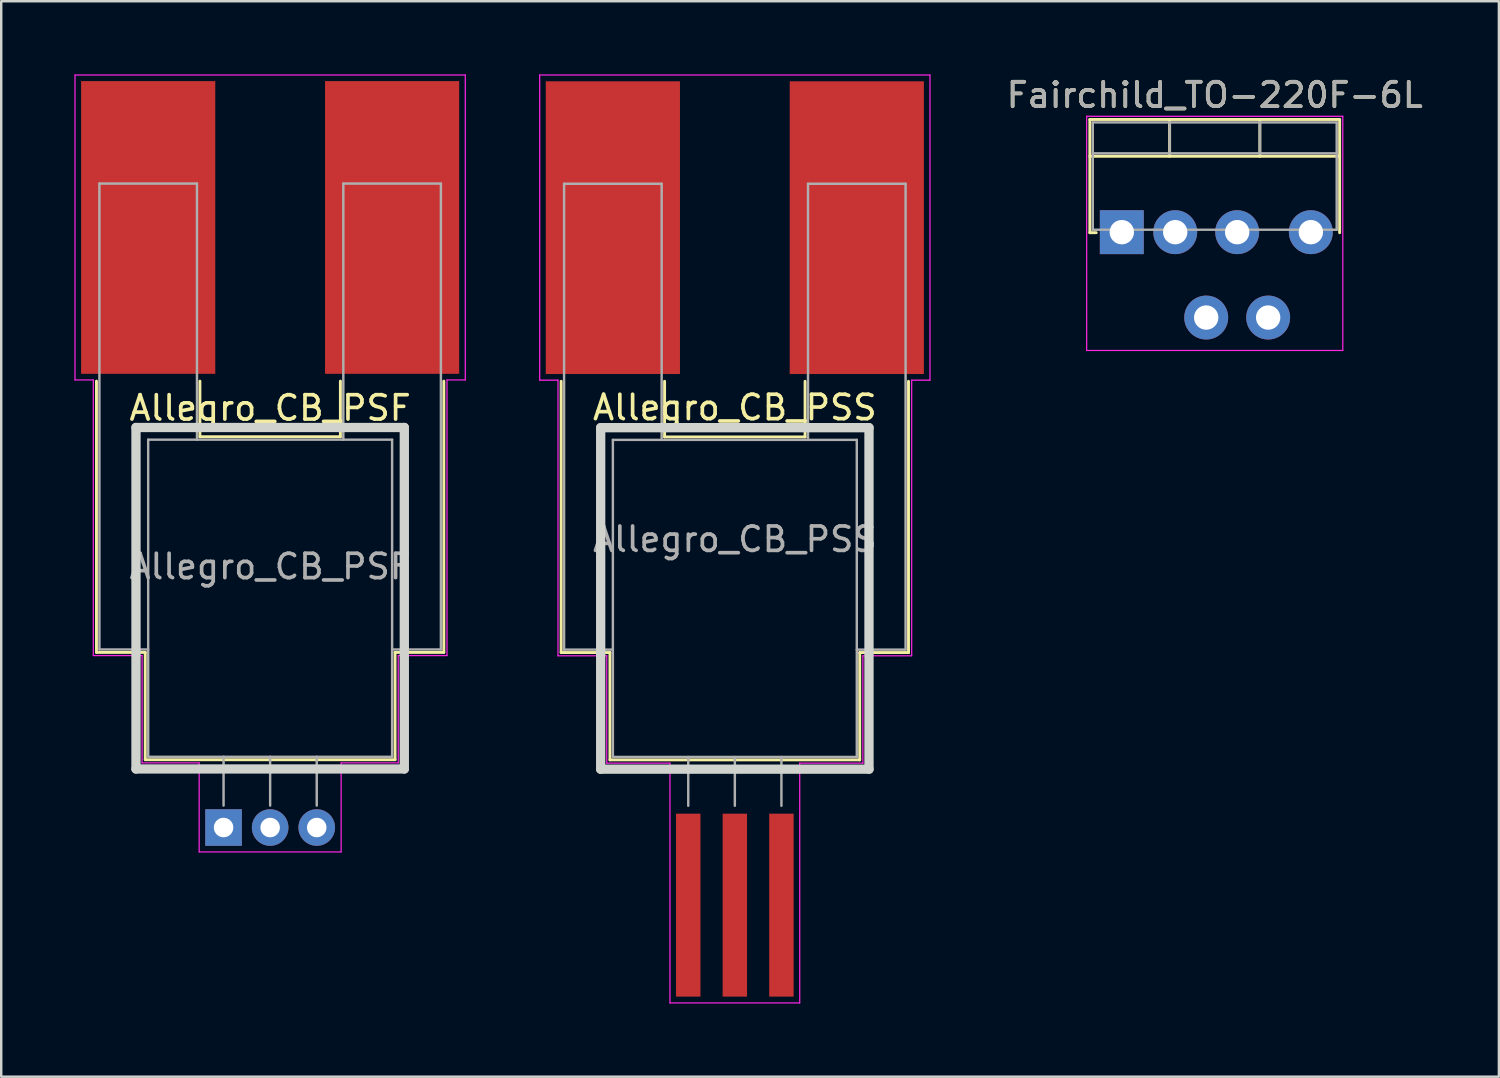
<source format=kicad_pcb>
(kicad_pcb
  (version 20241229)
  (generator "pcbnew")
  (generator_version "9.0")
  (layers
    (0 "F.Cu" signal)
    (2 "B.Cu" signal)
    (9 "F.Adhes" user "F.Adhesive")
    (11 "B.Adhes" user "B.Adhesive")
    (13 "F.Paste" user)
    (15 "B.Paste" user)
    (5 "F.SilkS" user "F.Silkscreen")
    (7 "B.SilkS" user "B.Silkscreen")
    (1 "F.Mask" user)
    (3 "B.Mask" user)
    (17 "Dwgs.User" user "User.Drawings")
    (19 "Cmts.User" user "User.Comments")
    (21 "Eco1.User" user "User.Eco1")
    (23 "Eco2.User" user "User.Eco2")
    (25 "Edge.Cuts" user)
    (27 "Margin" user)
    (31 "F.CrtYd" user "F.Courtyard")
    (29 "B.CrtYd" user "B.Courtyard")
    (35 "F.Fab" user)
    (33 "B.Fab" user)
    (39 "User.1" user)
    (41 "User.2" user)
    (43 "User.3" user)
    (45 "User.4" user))
  (footprint "Allegro_CB_PSF"
    (layer "F.Cu")
    (at 6.115 30.875)
    (property "Reference" "Allegro_CB_PSF" (at 1.91 -17.2 0) (layer "F.SilkS") (effects (font (size 1 1) (thickness 0.15))))
    (attr through_hole)
    (fp_line (start -5.21 -7.18) (end -5.21 -18.3) (stroke (width 0.12) (type solid)) (layer "F.SilkS"))
    (fp_line (start -3.21 -7.18) (end -5.21 -7.18) (stroke (width 0.12) (type solid)) (layer "F.SilkS"))
    (fp_line (start -3.21 -2.78) (end -3.21 -7.18) (stroke (width 0.12) (type solid)) (layer "F.SilkS"))
    (fp_line (start -0.97 -16.02) (end -0.97 -18.3) (stroke (width 0.12) (type solid)) (layer "F.SilkS"))
    (fp_line (start -0.97 -16.02) (end 4.79 -16.02) (stroke (width 0.12) (type solid)) (layer "F.SilkS"))
    (fp_line (start 4.79 -16.02) (end 4.79 -18.3) (stroke (width 0.12) (type solid)) (layer "F.SilkS"))
    (fp_line (start 7.03 -7.18) (end 9.03 -7.18) (stroke (width 0.12) (type solid)) (layer "F.SilkS"))
    (fp_line (start 7.03 -2.78) (end -3.21 -2.78) (stroke (width 0.12) (type solid)) (layer "F.SilkS"))
    (fp_line (start 7.03 -2.78) (end 7.03 -7.18) (stroke (width 0.12) (type solid)) (layer "F.SilkS"))
    (fp_line (start 9.03 -7.18) (end 9.03 -18.3) (stroke (width 0.12) (type solid)) (layer "F.SilkS"))
    (fp_line (start -3.59 -16.4) (end 7.41 -16.4) (stroke (width 0.381) (type solid)) (layer "Edge.Cuts"))
    (fp_line (start -3.59 -2.4) (end -3.59 -16.4) (stroke (width 0.381) (type solid)) (layer "Edge.Cuts"))
    (fp_line (start 7.41 -16.4) (end 7.41 -2.4) (stroke (width 0.381) (type solid)) (layer "Edge.Cuts"))
    (fp_line (start 7.41 -2.4) (end -3.59 -2.4) (stroke (width 0.381) (type solid)) (layer "Edge.Cuts"))
    (fp_line (start -6.09 -30.85) (end 9.91 -30.85) (stroke (width 0.05) (type solid)) (layer "F.CrtYd"))
    (fp_line (start -6.09 -18.35) (end -6.09 -30.85) (stroke (width 0.05) (type solid)) (layer "F.CrtYd"))
    (fp_line (start -6.09 -18.35) (end -5.34 -18.35) (stroke (width 0.05) (type solid)) (layer "F.CrtYd"))
    (fp_line (start -5.34 -7.05) (end -5.34 -18.35) (stroke (width 0.05) (type solid)) (layer "F.CrtYd"))
    (fp_line (start -3.34 -7.05) (end -5.34 -7.05) (stroke (width 0.05) (type solid)) (layer "F.CrtYd"))
    (fp_line (start -3.34 -7.05) (end -3.34 -2.65) (stroke (width 0.05) (type solid)) (layer "F.CrtYd"))
    (fp_line (start -1 -2.65) (end -3.34 -2.65) (stroke (width 0.05) (type solid)) (layer "F.CrtYd"))
    (fp_line (start -1 -2.65) (end -1 1) (stroke (width 0.05) (type solid)) (layer "F.CrtYd"))
    (fp_line (start 4.82 -2.65) (end 4.82 1) (stroke (width 0.05) (type solid)) (layer "F.CrtYd"))
    (fp_line (start 4.82 -2.65) (end 7.16 -2.65) (stroke (width 0.05) (type solid)) (layer "F.CrtYd"))
    (fp_line (start 4.82 1) (end -1 1) (stroke (width 0.05) (type solid)) (layer "F.CrtYd"))
    (fp_line (start 7.16 -7.05) (end 7.16 -2.65) (stroke (width 0.05) (type solid)) (layer "F.CrtYd"))
    (fp_line (start 7.16 -7.05) (end 9.16 -7.05) (stroke (width 0.05) (type solid)) (layer "F.CrtYd"))
    (fp_line (start 9.16 -18.35) (end 9.91 -18.35) (stroke (width 0.05) (type solid)) (layer "F.CrtYd"))
    (fp_line (start 9.16 -7.05) (end 9.16 -18.35) (stroke (width 0.05) (type solid)) (layer "F.CrtYd"))
    (fp_line (start 9.91 -30.85) (end 9.91 -18.35) (stroke (width 0.05) (type solid)) (layer "F.CrtYd"))
    (fp_line (start -5.09 -26.4) (end -1.09 -26.4) (stroke (width 0.1) (type solid)) (layer "F.Fab"))
    (fp_line (start -5.09 -7.3) (end -5.09 -26.4) (stroke (width 0.1) (type solid)) (layer "F.Fab"))
    (fp_line (start -5.09 -7.3) (end -3.09 -7.3) (stroke (width 0.1) (type solid)) (layer "F.Fab"))
    (fp_line (start -3.09 -15.9) (end -3.09 -2.9) (stroke (width 0.1) (type solid)) (layer "F.Fab"))
    (fp_line (start -3.09 -15.9) (end 6.91 -15.9) (stroke (width 0.1) (type solid)) (layer "F.Fab"))
    (fp_line (start -1.09 -15.9) (end -1.09 -26.4) (stroke (width 0.1) (type solid)) (layer "F.Fab"))
    (fp_line (start 0 -2.9) (end 0 -0.9) (stroke (width 0.1) (type solid)) (layer "F.Fab"))
    (fp_line (start 1.91 -2.9) (end 1.91 -0.9) (stroke (width 0.1) (type solid)) (layer "F.Fab"))
    (fp_line (start 3.82 -2.9) (end 3.82 -0.9) (stroke (width 0.1) (type solid)) (layer "F.Fab"))
    (fp_line (start 4.91 -15.9) (end 4.91 -26.4) (stroke (width 0.1) (type solid)) (layer "F.Fab"))
    (fp_line (start 6.91 -15.9) (end 6.91 -2.9) (stroke (width 0.1) (type solid)) (layer "F.Fab"))
    (fp_line (start 6.91 -7.3) (end 8.91 -7.3) (stroke (width 0.1) (type solid)) (layer "F.Fab"))
    (fp_line (start 6.91 -2.9) (end -3.09 -2.9) (stroke (width 0.1) (type solid)) (layer "F.Fab"))
    (fp_line (start 8.91 -26.4) (end 4.91 -26.4) (stroke (width 0.1) (type solid)) (layer "F.Fab"))
    (fp_line (start 8.91 -7.3) (end 8.91 -26.4) (stroke (width 0.1) (type solid)) (layer "F.Fab"))
    (fp_text user "${REFERENCE}" (at 1.91 -10.7 0) (layer "F.Fab") (effects (font (size 1 1) (thickness 0.15))))
    (pad "1" thru_hole trapezoid (at 0 0) (size 1.5 1.5) (drill 0.8) (layers "*.Cu" "*.Mask"))
    (pad "2" thru_hole circle (at 1.91 0) (size 1.5 1.5) (drill 0.8) (layers "*.Cu" "*.Mask"))
    (pad "3" thru_hole circle (at 3.82 0) (size 1.5 1.5) (drill 0.8) (layers "*.Cu" "*.Mask"))
    (pad "4" smd rect (at 6.91 -24.6) (size 5.5 12) (layers "F.Cu" "F.Mask" "F.Paste"))
    (pad "5" smd rect (at -3.09 -24.6) (size 5.5 12) (layers "F.Cu" "F.Mask" "F.Paste")))
  (footprint "Fairchild_TO-220F-6L"
    (layer "F.Cu")
    (at 42.939 6.468)
    (property "Reference" "Fairchild_TO-220F-6L" (at 3.81 -5.62 0) (layer "F.SilkS") (effects (font (size 1 1) (thickness 0.15))))
    (attr through_hole)
    (fp_line (start -1.31 -4.62) (end -1.31 0.021) (stroke (width 0.12) (type solid)) (layer "F.SilkS"))
    (fp_line (start -1.31 -4.62) (end 8.93 -4.62) (stroke (width 0.12) (type solid)) (layer "F.SilkS"))
    (fp_line (start -1.31 -3.111) (end 8.93 -3.111) (stroke (width 0.12) (type solid)) (layer "F.SilkS"))
    (fp_line (start -1.31 0.021) (end -1.05 0.021) (stroke (width 0.12) (type solid)) (layer "F.SilkS"))
    (fp_line (start 1.96 -4.62) (end 1.96 -3.111) (stroke (width 0.12) (type solid)) (layer "F.SilkS"))
    (fp_line (start 5.66 -4.62) (end 5.66 -3.111) (stroke (width 0.12) (type solid)) (layer "F.SilkS"))
    (fp_line (start 8.93 -4.62) (end 8.93 0.021) (stroke (width 0.12) (type solid)) (layer "F.SilkS"))
    (fp_line (start -1.44 -4.75) (end -1.44 4.85) (stroke (width 0.05) (type solid)) (layer "F.CrtYd"))
    (fp_line (start -1.44 4.85) (end 9.06 4.85) (stroke (width 0.05) (type solid)) (layer "F.CrtYd"))
    (fp_line (start 9.06 -4.75) (end -1.44 -4.75) (stroke (width 0.05) (type solid)) (layer "F.CrtYd"))
    (fp_line (start 9.06 4.85) (end 9.06 -4.75) (stroke (width 0.05) (type solid)) (layer "F.CrtYd"))
    (fp_line (start -1.19 -4.5) (end -1.19 -0.1) (stroke (width 0.1) (type solid)) (layer "F.Fab"))
    (fp_line (start -1.19 -3.23) (end 8.81 -3.23) (stroke (width 0.1) (type solid)) (layer "F.Fab"))
    (fp_line (start -1.19 -0.1) (end 8.81 -0.1) (stroke (width 0.1) (type solid)) (layer "F.Fab"))
    (fp_line (start 0 -0.1) (end 0 0) (stroke (width 0.1) (type solid)) (layer "F.Fab"))
    (fp_line (start 1.96 -4.5) (end 1.96 -3.23) (stroke (width 0.1) (type solid)) (layer "F.Fab"))
    (fp_line (start 5.66 -4.5) (end 5.66 -3.23) (stroke (width 0.1) (type solid)) (layer "F.Fab"))
    (fp_line (start 8.81 -4.5) (end -1.19 -4.5) (stroke (width 0.1) (type solid)) (layer "F.Fab"))
    (fp_line (start 8.81 -0.1) (end 8.81 -4.5) (stroke (width 0.1) (type solid)) (layer "F.Fab"))
    (fp_text user "${REFERENCE}" (at 3.81 -5.62 0) (layer "F.Fab") (effects (font (size 1 1) (thickness 0.15))))
    (pad "1" thru_hole rect (at 0 0) (size 1.8 1.8) (drill 1) (layers "*.Cu" "*.Mask"))
    (pad "2" thru_hole oval (at 2.19 0) (size 1.8 1.8) (drill 1) (layers "*.Cu" "*.Mask"))
    (pad "3" thru_hole oval (at 3.46 3.5) (size 1.8 1.8) (drill 1) (layers "*.Cu" "*.Mask"))
    (pad "4" thru_hole oval (at 4.73 0) (size 1.8 1.8) (drill 1) (layers "*.Cu" "*.Mask"))
    (pad "5" thru_hole oval (at 6 3.5) (size 1.8 1.8) (drill 1) (layers "*.Cu" "*.Mask"))
    (pad "6" thru_hole oval (at 7.75 0) (size 1.8 1.8) (drill 1) (layers "*.Cu" "*.Mask")))
  (footprint "Allegro_CB_PSS"
    (layer "F.Cu")
    (at 27.075 19.045)
    (property "Reference" "Allegro_CB_PSS" (at 0 -5.388 0) (layer "F.SilkS") (effects (font (size 1 1) (thickness 0.15))))
    (attr smd)
    (fp_line (start -7.12 4.657) (end -7.12 -6.463) (stroke (width 0.12) (type solid)) (layer "F.SilkS"))
    (fp_line (start -5.12 4.657) (end -7.12 4.657) (stroke (width 0.12) (type solid)) (layer "F.SilkS"))
    (fp_line (start -5.12 9.057) (end -5.12 4.657) (stroke (width 0.12) (type solid)) (layer "F.SilkS"))
    (fp_line (start -2.88 -4.183) (end -2.88 -6.463) (stroke (width 0.12) (type solid)) (layer "F.SilkS"))
    (fp_line (start -2.88 -4.183) (end 2.88 -4.183) (stroke (width 0.12) (type solid)) (layer "F.SilkS"))
    (fp_line (start 2.88 -4.183) (end 2.88 -6.463) (stroke (width 0.12) (type solid)) (layer "F.SilkS"))
    (fp_line (start 5.12 4.657) (end 7.12 4.657) (stroke (width 0.12) (type solid)) (layer "F.SilkS"))
    (fp_line (start 5.12 9.057) (end -5.12 9.057) (stroke (width 0.12) (type solid)) (layer "F.SilkS"))
    (fp_line (start 5.12 9.057) (end 5.12 4.657) (stroke (width 0.12) (type solid)) (layer "F.SilkS"))
    (fp_line (start 7.12 4.657) (end 7.12 -6.463) (stroke (width 0.12) (type solid)) (layer "F.SilkS"))
    (fp_line (start -5.5 -4.562) (end 5.5 -4.562) (stroke (width 0.381) (type solid)) (layer "Edge.Cuts"))
    (fp_line (start -5.5 9.438) (end -5.5 -4.562) (stroke (width 0.381) (type solid)) (layer "Edge.Cuts"))
    (fp_line (start 5.5 -4.562) (end 5.5 9.438) (stroke (width 0.381) (type solid)) (layer "Edge.Cuts"))
    (fp_line (start 5.5 9.438) (end -5.5 9.438) (stroke (width 0.381) (type solid)) (layer "Edge.Cuts"))
    (fp_line (start -8 -19.02) (end 8 -19.02) (stroke (width 0.05) (type solid)) (layer "F.CrtYd"))
    (fp_line (start -8 -6.51) (end -8 -19.02) (stroke (width 0.05) (type solid)) (layer "F.CrtYd"))
    (fp_line (start -8 -6.51) (end -7.25 -6.51) (stroke (width 0.05) (type solid)) (layer "F.CrtYd"))
    (fp_line (start -7.25 4.79) (end -7.25 -6.51) (stroke (width 0.05) (type solid)) (layer "F.CrtYd"))
    (fp_line (start -5.25 4.79) (end -7.25 4.79) (stroke (width 0.05) (type solid)) (layer "F.CrtYd"))
    (fp_line (start -5.25 4.79) (end -5.25 9.19) (stroke (width 0.05) (type solid)) (layer "F.CrtYd"))
    (fp_line (start -2.66 9.19) (end -5.25 9.19) (stroke (width 0.05) (type solid)) (layer "F.CrtYd"))
    (fp_line (start -2.66 9.19) (end -2.66 19.02) (stroke (width 0.05) (type solid)) (layer "F.CrtYd"))
    (fp_line (start 2.66 9.19) (end 2.66 19.02) (stroke (width 0.05) (type solid)) (layer "F.CrtYd"))
    (fp_line (start 2.66 9.19) (end 5.25 9.19) (stroke (width 0.05) (type solid)) (layer "F.CrtYd"))
    (fp_line (start 2.66 19.02) (end -2.66 19.02) (stroke (width 0.05) (type solid)) (layer "F.CrtYd"))
    (fp_line (start 5.25 4.79) (end 5.25 9.19) (stroke (width 0.05) (type solid)) (layer "F.CrtYd"))
    (fp_line (start 5.25 4.79) (end 7.25 4.79) (stroke (width 0.05) (type solid)) (layer "F.CrtYd"))
    (fp_line (start 7.25 -6.51) (end 8 -6.51) (stroke (width 0.05) (type solid)) (layer "F.CrtYd"))
    (fp_line (start 7.25 4.79) (end 7.25 -6.51) (stroke (width 0.05) (type solid)) (layer "F.CrtYd"))
    (fp_line (start 8 -19.02) (end 8 -6.51) (stroke (width 0.05) (type solid)) (layer "F.CrtYd"))
    (fp_line (start -7 -14.562) (end -3 -14.562) (stroke (width 0.1) (type solid)) (layer "F.Fab"))
    (fp_line (start -7 4.537) (end -7 -14.562) (stroke (width 0.1) (type solid)) (layer "F.Fab"))
    (fp_line (start -7 4.537) (end -5 4.537) (stroke (width 0.1) (type solid)) (layer "F.Fab"))
    (fp_line (start -5 -4.062) (end -5 8.938) (stroke (width 0.1) (type solid)) (layer "F.Fab"))
    (fp_line (start -5 -4.062) (end 5 -4.062) (stroke (width 0.1) (type solid)) (layer "F.Fab"))
    (fp_line (start -3 -4.062) (end -3 -14.562) (stroke (width 0.1) (type solid)) (layer "F.Fab"))
    (fp_line (start -1.91 8.938) (end -1.91 10.938) (stroke (width 0.1) (type solid)) (layer "F.Fab"))
    (fp_line (start 0 8.938) (end 0 10.938) (stroke (width 0.1) (type solid)) (layer "F.Fab"))
    (fp_line (start 1.91 8.938) (end 1.91 10.938) (stroke (width 0.1) (type solid)) (layer "F.Fab"))
    (fp_line (start 3 -4.062) (end 3 -14.562) (stroke (width 0.1) (type solid)) (layer "F.Fab"))
    (fp_line (start 5 -4.062) (end 5 8.938) (stroke (width 0.1) (type solid)) (layer "F.Fab"))
    (fp_line (start 5 4.537) (end 7 4.537) (stroke (width 0.1) (type solid)) (layer "F.Fab"))
    (fp_line (start 5 8.938) (end -5 8.938) (stroke (width 0.1) (type solid)) (layer "F.Fab"))
    (fp_line (start 7 -14.562) (end 3 -14.562) (stroke (width 0.1) (type solid)) (layer "F.Fab"))
    (fp_line (start 7 4.537) (end 7 -14.562) (stroke (width 0.1) (type solid)) (layer "F.Fab"))
    (fp_text user "${REFERENCE}" (at 0 0.013 0) (layer "F.Fab") (effects (font (size 1 1) (thickness 0.15))))
    (pad "1" smd rect (at -1.91 15.012) (size 1 7.5) (layers "F.Cu" "F.Mask" "F.Paste"))
    (pad "2" smd rect (at 0 15.012) (size 1 7.5) (layers "F.Cu" "F.Mask" "F.Paste"))
    (pad "3" smd rect (at 1.91 15.012) (size 1 7.5) (layers "F.Cu" "F.Mask" "F.Paste"))
    (pad "4" smd rect (at 5 -12.762) (size 5.5 12) (layers "F.Cu" "F.Mask" "F.Paste"))
    (pad "5" smd rect (at -5 -12.762) (size 5.5 12) (layers "F.Cu" "F.Mask" "F.Paste")))
  (gr_rect
    (start -3 -3)
    (end 58.398 41.09)
    (stroke (width 0.1) (type default))
    (fill no)
    (layer "Edge.Cuts")))
</source>
